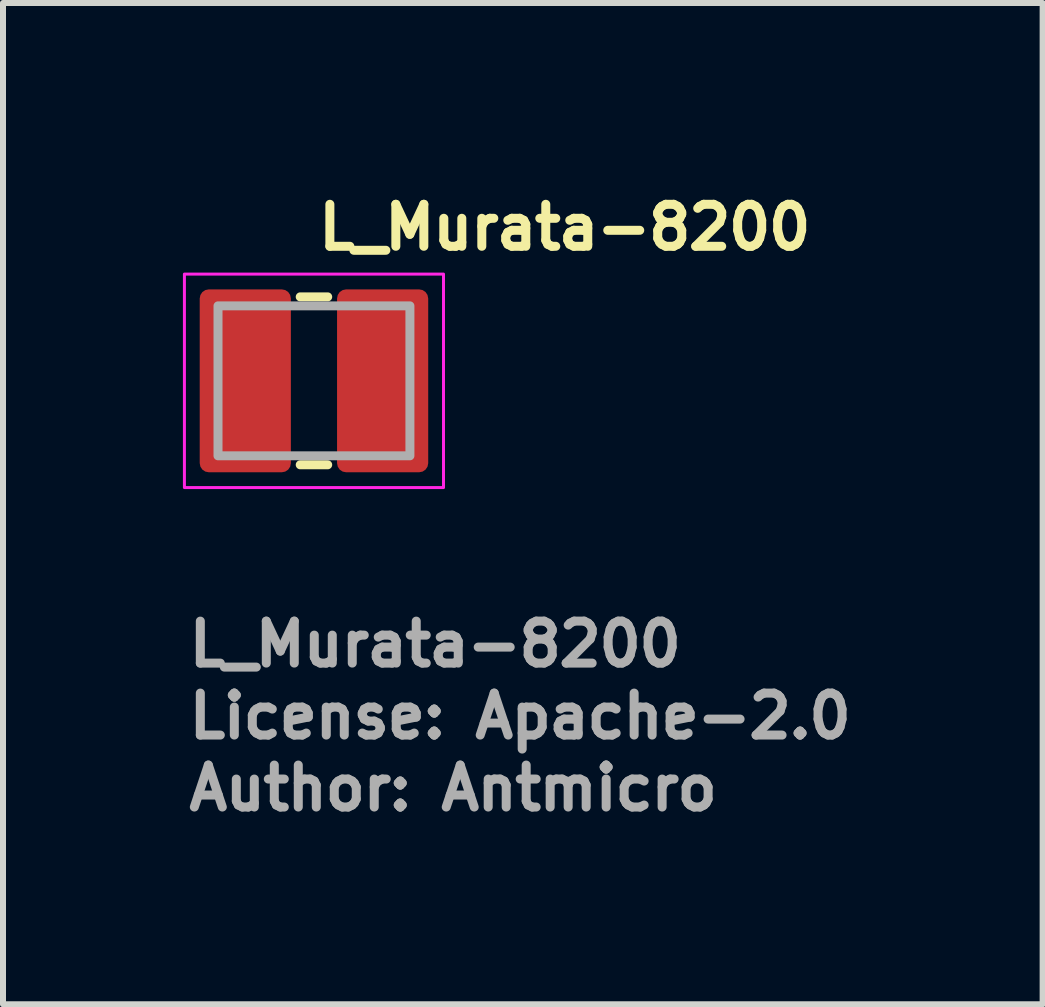
<source format=kicad_pcb>
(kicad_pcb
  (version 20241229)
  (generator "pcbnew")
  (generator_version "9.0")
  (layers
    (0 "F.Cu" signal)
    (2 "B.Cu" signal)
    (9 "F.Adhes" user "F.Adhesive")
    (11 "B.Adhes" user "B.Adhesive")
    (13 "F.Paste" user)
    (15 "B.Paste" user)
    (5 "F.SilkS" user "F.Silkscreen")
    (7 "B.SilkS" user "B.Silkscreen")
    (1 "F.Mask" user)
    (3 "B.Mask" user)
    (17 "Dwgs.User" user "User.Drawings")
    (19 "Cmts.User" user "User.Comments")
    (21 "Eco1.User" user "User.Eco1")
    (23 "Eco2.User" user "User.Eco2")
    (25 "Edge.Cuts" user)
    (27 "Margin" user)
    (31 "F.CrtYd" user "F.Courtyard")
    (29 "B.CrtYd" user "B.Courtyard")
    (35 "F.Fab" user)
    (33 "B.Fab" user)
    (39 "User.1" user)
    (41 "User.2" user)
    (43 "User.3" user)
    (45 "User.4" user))
  (footprint "L_Murata-8200"
    (layer "F.Cu")
    (at 2.185 3.3)
    (property "Reference" "L_Murata-8200" (at 0 -2.15 0) (layer "F.SilkS") (effects (font (size 0.7 0.7) (thickness 0.15)) (justify left bottom)))
    (attr smd)
    (fp_line (start -0.229 -1.4) (end 0.229 -1.4) (stroke (width 0.15) (type solid)) (layer "F.SilkS"))
    (fp_line (start -0.229 1.4) (end 0.229 1.4) (stroke (width 0.15) (type solid)) (layer "F.SilkS"))
    (fp_rect (start -2.16 -1.78) (end 2.16 1.78) (stroke (width 0.05) (type solid)) (fill no) (layer "F.CrtYd"))
    (fp_rect (start -1.6 -1.25) (end 1.6 1.25) (stroke (width 0.15) (type solid)) (fill no) (layer "F.Fab"))
    (fp_rect (start -1.6 -1.25) (end 1.6 1.25) (stroke (width 0.1) (type solid)) (fill no) (layer "User.5"))
    (fp_line (start -1.6 -1.15) (end -1.6 -1) (stroke (width 0.02) (type solid)) (layer "User.9"))
    (fp_line (start -1.6 -1.014) (end -1.6 1) (stroke (width 0.02) (type solid)) (layer "User.9"))
    (fp_line (start -1.6 -1) (end -1.6 1) (stroke (width 0.02) (type solid)) (layer "User.9"))
    (fp_line (start -1.6 1) (end -1.6 1.15) (stroke (width 0.02) (type solid)) (layer "User.9"))
    (fp_line (start -1.6 1.15) (end -1.599 1.154) (stroke (width 0.02) (type solid)) (layer "User.9"))
    (fp_line (start -1.599 -1.159) (end -1.599 -1.154) (stroke (width 0.02) (type solid)) (layer "User.9"))
    (fp_line (start -1.599 -1.154) (end -1.6 -1.15) (stroke (width 0.02) (type solid)) (layer "User.9"))
    (fp_line (start -1.599 1.154) (end -1.599 1.159) (stroke (width 0.02) (type solid)) (layer "User.9"))
    (fp_line (start -1.599 1.159) (end -1.598 1.164) (stroke (width 0.02) (type solid)) (layer "User.9"))
    (fp_line (start -1.598 -1.169) (end -1.598 -1.164) (stroke (width 0.02) (type solid)) (layer "User.9"))
    (fp_line (start -1.598 -1.164) (end -1.599 -1.159) (stroke (width 0.02) (type solid)) (layer "User.9"))
    (fp_line (start -1.598 1.164) (end -1.598 1.169) (stroke (width 0.02) (type solid)) (layer "User.9"))
    (fp_line (start -1.598 1.169) (end -1.596 1.174) (stroke (width 0.02) (type solid)) (layer "User.9"))
    (fp_line (start -1.596 -1.174) (end -1.598 -1.169) (stroke (width 0.02) (type solid)) (layer "User.9"))
    (fp_line (start -1.596 1.174) (end -1.595 1.179) (stroke (width 0.02) (type solid)) (layer "User.9"))
    (fp_line (start -1.595 -1.179) (end -1.596 -1.174) (stroke (width 0.02) (type solid)) (layer "User.9"))
    (fp_line (start -1.595 1.179) (end -1.594 1.183) (stroke (width 0.02) (type solid)) (layer "User.9"))
    (fp_line (start -1.594 -1.183) (end -1.595 -1.179) (stroke (width 0.02) (type solid)) (layer "User.9"))
    (fp_line (start -1.594 1.183) (end -1.592 1.188) (stroke (width 0.02) (type solid)) (layer "User.9"))
    (fp_line (start -1.592 -1.188) (end -1.594 -1.183) (stroke (width 0.02) (type solid)) (layer "User.9"))
    (fp_line (start -1.592 1.188) (end -1.59 1.192) (stroke (width 0.02) (type solid)) (layer "User.9"))
    (fp_line (start -1.59 -1.192) (end -1.592 -1.188) (stroke (width 0.02) (type solid)) (layer "User.9"))
    (fp_line (start -1.59 1.192) (end -1.588 1.197) (stroke (width 0.02) (type solid)) (layer "User.9"))
    (fp_line (start -1.588 -1.197) (end -1.59 -1.192) (stroke (width 0.02) (type solid)) (layer "User.9"))
    (fp_line (start -1.588 1.197) (end -1.585 1.201) (stroke (width 0.02) (type solid)) (layer "User.9"))
    (fp_line (start -1.585 -1.201) (end -1.588 -1.197) (stroke (width 0.02) (type solid)) (layer "User.9"))
    (fp_line (start -1.585 1.201) (end -1.583 1.205) (stroke (width 0.02) (type solid)) (layer "User.9"))
    (fp_line (start -1.583 -1.205) (end -1.585 -1.201) (stroke (width 0.02) (type solid)) (layer "User.9"))
    (fp_line (start -1.583 1.205) (end -1.58 1.209) (stroke (width 0.02) (type solid)) (layer "User.9"))
    (fp_line (start -1.58 -1.209) (end -1.583 -1.205) (stroke (width 0.02) (type solid)) (layer "User.9"))
    (fp_line (start -1.58 1.209) (end -1.577 1.213) (stroke (width 0.02) (type solid)) (layer "User.9"))
    (fp_line (start -1.577 -1.213) (end -1.58 -1.209) (stroke (width 0.02) (type solid)) (layer "User.9"))
    (fp_line (start -1.577 1.213) (end -1.574 1.217) (stroke (width 0.02) (type solid)) (layer "User.9"))
    (fp_line (start -1.574 -1.217) (end -1.577 -1.213) (stroke (width 0.02) (type solid)) (layer "User.9"))
    (fp_line (start -1.574 1.217) (end -1.57 1.22) (stroke (width 0.02) (type solid)) (layer "User.9"))
    (fp_line (start -1.57 -1.22) (end -1.574 -1.217) (stroke (width 0.02) (type solid)) (layer "User.9"))
    (fp_line (start -1.57 -1.22) (end -1.57 -1.22) (stroke (width 0.02) (type solid)) (layer "User.9"))
    (fp_line (start -1.57 1.22) (end -1.57 1.22) (stroke (width 0.02) (type solid)) (layer "User.9"))
    (fp_line (start -1.57 1.22) (end -1.567 1.224) (stroke (width 0.02) (type solid)) (layer "User.9"))
    (fp_line (start -1.567 -1.224) (end -1.57 -1.22) (stroke (width 0.02) (type solid)) (layer "User.9"))
    (fp_line (start -1.567 1.224) (end -1.563 1.227) (stroke (width 0.02) (type solid)) (layer "User.9"))
    (fp_line (start -1.563 -1.227) (end -1.567 -1.224) (stroke (width 0.02) (type solid)) (layer "User.9"))
    (fp_line (start -1.563 1.227) (end -1.559 1.23) (stroke (width 0.02) (type solid)) (layer "User.9"))
    (fp_line (start -1.559 -1.23) (end -1.563 -1.227) (stroke (width 0.02) (type solid)) (layer "User.9"))
    (fp_line (start -1.559 1.23) (end -1.555 1.233) (stroke (width 0.02) (type solid)) (layer "User.9"))
    (fp_line (start -1.555 -1.233) (end -1.559 -1.23) (stroke (width 0.02) (type solid)) (layer "User.9"))
    (fp_line (start -1.555 1.233) (end -1.551 1.235) (stroke (width 0.02) (type solid)) (layer "User.9"))
    (fp_line (start -1.551 -1.235) (end -1.555 -1.233) (stroke (width 0.02) (type solid)) (layer "User.9"))
    (fp_line (start -1.551 1.235) (end -1.547 1.238) (stroke (width 0.02) (type solid)) (layer "User.9"))
    (fp_line (start -1.547 -1.238) (end -1.551 -1.235) (stroke (width 0.02) (type solid)) (layer "User.9"))
    (fp_line (start -1.547 1.238) (end -1.542 1.24) (stroke (width 0.02) (type solid)) (layer "User.9"))
    (fp_line (start -1.542 -1.24) (end -1.547 -1.238) (stroke (width 0.02) (type solid)) (layer "User.9"))
    (fp_line (start -1.542 1.24) (end -1.538 1.242) (stroke (width 0.02) (type solid)) (layer "User.9"))
    (fp_line (start -1.538 -1.242) (end -1.542 -1.24) (stroke (width 0.02) (type solid)) (layer "User.9"))
    (fp_line (start -1.538 1.242) (end -1.533 1.244) (stroke (width 0.02) (type solid)) (layer "User.9"))
    (fp_line (start -1.533 -1.244) (end -1.538 -1.242) (stroke (width 0.02) (type solid)) (layer "User.9"))
    (fp_line (start -1.533 1.244) (end -1.529 1.245) (stroke (width 0.02) (type solid)) (layer "User.9"))
    (fp_line (start -1.529 -1.245) (end -1.533 -1.244) (stroke (width 0.02) (type solid)) (layer "User.9"))
    (fp_line (start -1.529 1.245) (end -1.524 1.246) (stroke (width 0.02) (type solid)) (layer "User.9"))
    (fp_line (start -1.524 -1.246) (end -1.529 -1.245) (stroke (width 0.02) (type solid)) (layer "User.9"))
    (fp_line (start -1.524 1.246) (end -1.519 1.248) (stroke (width 0.02) (type solid)) (layer "User.9"))
    (fp_line (start -1.519 -1.248) (end -1.524 -1.246) (stroke (width 0.02) (type solid)) (layer "User.9"))
    (fp_line (start -1.519 1.248) (end -1.514 1.248) (stroke (width 0.02) (type solid)) (layer "User.9"))
    (fp_line (start -1.514 -1.248) (end -1.519 -1.248) (stroke (width 0.02) (type solid)) (layer "User.9"))
    (fp_line (start -1.514 1.248) (end -1.509 1.249) (stroke (width 0.02) (type solid)) (layer "User.9"))
    (fp_line (start -1.509 -1.249) (end -1.514 -1.248) (stroke (width 0.02) (type solid)) (layer "User.9"))
    (fp_line (start -1.509 1.249) (end -1.504 1.249) (stroke (width 0.02) (type solid)) (layer "User.9"))
    (fp_line (start -1.504 -1.249) (end -1.509 -1.249) (stroke (width 0.02) (type solid)) (layer "User.9"))
    (fp_line (start -1.504 1.249) (end -1.5 1.25) (stroke (width 0.02) (type solid)) (layer "User.9"))
    (fp_line (start -1.5 -1.25) (end -1.504 -1.249) (stroke (width 0.02) (type solid)) (layer "User.9"))
    (fp_line (start -1.5 -1.25) (end -1.1 -1.25) (stroke (width 0.02) (type solid)) (layer "User.9"))
    (fp_line (start -1.5 1.25) (end -1.1 1.25) (stroke (width 0.02) (type solid)) (layer "User.9"))
    (fp_line (start -1.25 -1.15) (end -1.25 1.15) (stroke (width 0.02) (type solid)) (layer "User.9"))
    (fp_line (start -1.25 1.15) (end -1.25 -1.15) (stroke (width 0.02) (type solid)) (layer "User.9"))
    (fp_line (start -1.25 1.15) (end -1.249 1.154) (stroke (width 0.02) (type solid)) (layer "User.9"))
    (fp_line (start -1.249 -1.159) (end -1.249 -1.154) (stroke (width 0.02) (type solid)) (layer "User.9"))
    (fp_line (start -1.249 -1.154) (end -1.25 -1.15) (stroke (width 0.02) (type solid)) (layer "User.9"))
    (fp_line (start -1.249 1.154) (end -1.249 1.159) (stroke (width 0.02) (type solid)) (layer "User.9"))
    (fp_line (start -1.249 1.159) (end -1.248 1.164) (stroke (width 0.02) (type solid)) (layer "User.9"))
    (fp_line (start -1.248 -1.169) (end -1.248 -1.164) (stroke (width 0.02) (type solid)) (layer "User.9"))
    (fp_line (start -1.248 -1.164) (end -1.249 -1.159) (stroke (width 0.02) (type solid)) (layer "User.9"))
    (fp_line (start -1.248 1.164) (end -1.248 1.169) (stroke (width 0.02) (type solid)) (layer "User.9"))
    (fp_line (start -1.248 1.169) (end -1.246 1.174) (stroke (width 0.02) (type solid)) (layer "User.9"))
    (fp_line (start -1.246 -1.174) (end -1.248 -1.169) (stroke (width 0.02) (type solid)) (layer "User.9"))
    (fp_line (start -1.246 1.174) (end -1.245 1.179) (stroke (width 0.02) (type solid)) (layer "User.9"))
    (fp_line (start -1.245 -1.179) (end -1.246 -1.174) (stroke (width 0.02) (type solid)) (layer "User.9"))
    (fp_line (start -1.245 1.179) (end -1.244 1.183) (stroke (width 0.02) (type solid)) (layer "User.9"))
    (fp_line (start -1.244 -1.183) (end -1.245 -1.179) (stroke (width 0.02) (type solid)) (layer "User.9"))
    (fp_line (start -1.244 1.183) (end -1.242 1.188) (stroke (width 0.02) (type solid)) (layer "User.9"))
    (fp_line (start -1.242 -1.188) (end -1.244 -1.183) (stroke (width 0.02) (type solid)) (layer "User.9"))
    (fp_line (start -1.242 1.188) (end -1.24 1.192) (stroke (width 0.02) (type solid)) (layer "User.9"))
    (fp_line (start -1.24 -1.192) (end -1.242 -1.188) (stroke (width 0.02) (type solid)) (layer "User.9"))
    (fp_line (start -1.24 1.192) (end -1.238 1.197) (stroke (width 0.02) (type solid)) (layer "User.9"))
    (fp_line (start -1.238 -1.197) (end -1.24 -1.192) (stroke (width 0.02) (type solid)) (layer "User.9"))
    (fp_line (start -1.238 1.197) (end -1.235 1.201) (stroke (width 0.02) (type solid)) (layer "User.9"))
    (fp_line (start -1.235 -1.201) (end -1.238 -1.197) (stroke (width 0.02) (type solid)) (layer "User.9"))
    (fp_line (start -1.235 1.201) (end -1.233 1.205) (stroke (width 0.02) (type solid)) (layer "User.9"))
    (fp_line (start -1.233 -1.205) (end -1.235 -1.201) (stroke (width 0.02) (type solid)) (layer "User.9"))
    (fp_line (start -1.233 1.205) (end -1.23 1.209) (stroke (width 0.02) (type solid)) (layer "User.9"))
    (fp_line (start -1.23 -1.209) (end -1.233 -1.205) (stroke (width 0.02) (type solid)) (layer "User.9"))
    (fp_line (start -1.23 1.209) (end -1.227 1.213) (stroke (width 0.02) (type solid)) (layer "User.9"))
    (fp_line (start -1.227 -1.213) (end -1.23 -1.209) (stroke (width 0.02) (type solid)) (layer "User.9"))
    (fp_line (start -1.227 1.213) (end -1.224 1.217) (stroke (width 0.02) (type solid)) (layer "User.9"))
    (fp_line (start -1.224 -1.217) (end -1.227 -1.213) (stroke (width 0.02) (type solid)) (layer "User.9"))
    (fp_line (start -1.224 1.217) (end -1.22 1.22) (stroke (width 0.02) (type solid)) (layer "User.9"))
    (fp_line (start -1.22 -1.22) (end -1.224 -1.217) (stroke (width 0.02) (type solid)) (layer "User.9"))
    (fp_line (start -1.22 -1.22) (end -1.22 -1.22) (stroke (width 0.02) (type solid)) (layer "User.9"))
    (fp_line (start -1.22 1.22) (end -1.22 1.22) (stroke (width 0.02) (type solid)) (layer "User.9"))
    (fp_line (start -1.22 1.22) (end -1.217 1.224) (stroke (width 0.02) (type solid)) (layer "User.9"))
    (fp_line (start -1.217 -1.224) (end -1.22 -1.22) (stroke (width 0.02) (type solid)) (layer "User.9"))
    (fp_line (start -1.217 1.224) (end -1.213 1.227) (stroke (width 0.02) (type solid)) (layer "User.9"))
    (fp_line (start -1.213 -1.227) (end -1.217 -1.224) (stroke (width 0.02) (type solid)) (layer "User.9"))
    (fp_line (start -1.213 1.227) (end -1.209 1.23) (stroke (width 0.02) (type solid)) (layer "User.9"))
    (fp_line (start -1.209 -1.23) (end -1.213 -1.227) (stroke (width 0.02) (type solid)) (layer "User.9"))
    (fp_line (start -1.209 1.23) (end -1.205 1.233) (stroke (width 0.02) (type solid)) (layer "User.9"))
    (fp_line (start -1.205 -1.233) (end -1.209 -1.23) (stroke (width 0.02) (type solid)) (layer "User.9"))
    (fp_line (start -1.205 1.233) (end -1.201 1.235) (stroke (width 0.02) (type solid)) (layer "User.9"))
    (fp_line (start -1.201 -1.235) (end -1.205 -1.233) (stroke (width 0.02) (type solid)) (layer "User.9"))
    (fp_line (start -1.201 1.235) (end -1.197 1.238) (stroke (width 0.02) (type solid)) (layer "User.9"))
    (fp_line (start -1.197 -1.238) (end -1.201 -1.235) (stroke (width 0.02) (type solid)) (layer "User.9"))
    (fp_line (start -1.197 1.238) (end -1.192 1.24) (stroke (width 0.02) (type solid)) (layer "User.9"))
    (fp_line (start -1.192 -1.24) (end -1.197 -1.238) (stroke (width 0.02) (type solid)) (layer "User.9"))
    (fp_line (start -1.192 1.24) (end -1.188 1.242) (stroke (width 0.02) (type solid)) (layer "User.9"))
    (fp_line (start -1.188 -1.242) (end -1.192 -1.24) (stroke (width 0.02) (type solid)) (layer "User.9"))
    (fp_line (start -1.188 1.242) (end -1.183 1.244) (stroke (width 0.02) (type solid)) (layer "User.9"))
    (fp_line (start -1.183 -1.244) (end -1.188 -1.242) (stroke (width 0.02) (type solid)) (layer "User.9"))
    (fp_line (start -1.183 1.244) (end -1.179 1.245) (stroke (width 0.02) (type solid)) (layer "User.9"))
    (fp_line (start -1.179 -1.245) (end -1.183 -1.244) (stroke (width 0.02) (type solid)) (layer "User.9"))
    (fp_line (start -1.179 1.245) (end -1.174 1.246) (stroke (width 0.02) (type solid)) (layer "User.9"))
    (fp_line (start -1.174 -1.246) (end -1.179 -1.245) (stroke (width 0.02) (type solid)) (layer "User.9"))
    (fp_line (start -1.174 1.246) (end -1.169 1.248) (stroke (width 0.02) (type solid)) (layer "User.9"))
    (fp_line (start -1.169 -1.248) (end -1.174 -1.246) (stroke (width 0.02) (type solid)) (layer "User.9"))
    (fp_line (start -1.169 1.248) (end -1.164 1.248) (stroke (width 0.02) (type solid)) (layer "User.9"))
    (fp_line (start -1.164 -1.248) (end -1.169 -1.248) (stroke (width 0.02) (type solid)) (layer "User.9"))
    (fp_line (start -1.164 1.248) (end -1.159 1.249) (stroke (width 0.02) (type solid)) (layer "User.9"))
    (fp_line (start -1.159 -1.249) (end -1.164 -1.248) (stroke (width 0.02) (type solid)) (layer "User.9"))
    (fp_line (start -1.159 1.249) (end -1.154 1.249) (stroke (width 0.02) (type solid)) (layer "User.9"))
    (fp_line (start -1.154 -1.249) (end -1.159 -1.249) (stroke (width 0.02) (type solid)) (layer "User.9"))
    (fp_line (start -1.154 1.249) (end -1.15 1.25) (stroke (width 0.02) (type solid)) (layer "User.9"))
    (fp_line (start -1.15 -1.25) (end -1.154 -1.249) (stroke (width 0.02) (type solid)) (layer "User.9"))
    (fp_line (start -1.15 -1.25) (end 1.15 -1.25) (stroke (width 0.02) (type solid)) (layer "User.9"))
    (fp_line (start -1.15 1.25) (end 1.15 1.25) (stroke (width 0.02) (type solid)) (layer "User.9"))
    (fp_line (start -1.1 -1.25) (end -1.5 -1.25) (stroke (width 0.02) (type solid)) (layer "User.9"))
    (fp_line (start -1.1 1.25) (end -1.5 1.25) (stroke (width 0.02) (type solid)) (layer "User.9"))
    (fp_line (start -0.5 1.25) (end 0.5 1.25) (stroke (width 0.02) (type solid)) (layer "User.9"))
    (fp_line (start 0.5 -1.25) (end -0.5 -1.25) (stroke (width 0.02) (type solid)) (layer "User.9"))
    (fp_line (start 0.5 1.25) (end -0.5 1.25) (stroke (width 0.02) (type solid)) (layer "User.9"))
    (fp_line (start 1.1 -1.25) (end 1.5 -1.25) (stroke (width 0.02) (type solid)) (layer "User.9"))
    (fp_line (start 1.1 1.25) (end 1.5 1.25) (stroke (width 0.02) (type solid)) (layer "User.9"))
    (fp_line (start 1.15 -1.25) (end -1.15 -1.25) (stroke (width 0.02) (type solid)) (layer "User.9"))
    (fp_line (start 1.15 1.25) (end -1.15 1.25) (stroke (width 0.02) (type solid)) (layer "User.9"))
    (fp_line (start 1.15 1.25) (end 1.154 1.249) (stroke (width 0.02) (type solid)) (layer "User.9"))
    (fp_line (start 1.154 -1.249) (end 1.15 -1.25) (stroke (width 0.02) (type solid)) (layer "User.9"))
    (fp_line (start 1.154 1.249) (end 1.159 1.249) (stroke (width 0.02) (type solid)) (layer "User.9"))
    (fp_line (start 1.159 -1.249) (end 1.154 -1.249) (stroke (width 0.02) (type solid)) (layer "User.9"))
    (fp_line (start 1.159 1.249) (end 1.164 1.248) (stroke (width 0.02) (type solid)) (layer "User.9"))
    (fp_line (start 1.164 -1.248) (end 1.159 -1.249) (stroke (width 0.02) (type solid)) (layer "User.9"))
    (fp_line (start 1.164 1.248) (end 1.169 1.248) (stroke (width 0.02) (type solid)) (layer "User.9"))
    (fp_line (start 1.169 -1.248) (end 1.164 -1.248) (stroke (width 0.02) (type solid)) (layer "User.9"))
    (fp_line (start 1.169 1.248) (end 1.174 1.246) (stroke (width 0.02) (type solid)) (layer "User.9"))
    (fp_line (start 1.174 -1.246) (end 1.169 -1.248) (stroke (width 0.02) (type solid)) (layer "User.9"))
    (fp_line (start 1.174 1.246) (end 1.179 1.245) (stroke (width 0.02) (type solid)) (layer "User.9"))
    (fp_line (start 1.179 -1.245) (end 1.174 -1.246) (stroke (width 0.02) (type solid)) (layer "User.9"))
    (fp_line (start 1.179 1.245) (end 1.183 1.244) (stroke (width 0.02) (type solid)) (layer "User.9"))
    (fp_line (start 1.183 -1.244) (end 1.179 -1.245) (stroke (width 0.02) (type solid)) (layer "User.9"))
    (fp_line (start 1.183 1.244) (end 1.188 1.242) (stroke (width 0.02) (type solid)) (layer "User.9"))
    (fp_line (start 1.188 -1.242) (end 1.183 -1.244) (stroke (width 0.02) (type solid)) (layer "User.9"))
    (fp_line (start 1.188 1.242) (end 1.192 1.24) (stroke (width 0.02) (type solid)) (layer "User.9"))
    (fp_line (start 1.192 -1.24) (end 1.188 -1.242) (stroke (width 0.02) (type solid)) (layer "User.9"))
    (fp_line (start 1.192 1.24) (end 1.197 1.238) (stroke (width 0.02) (type solid)) (layer "User.9"))
    (fp_line (start 1.197 -1.238) (end 1.192 -1.24) (stroke (width 0.02) (type solid)) (layer "User.9"))
    (fp_line (start 1.197 1.238) (end 1.201 1.235) (stroke (width 0.02) (type solid)) (layer "User.9"))
    (fp_line (start 1.201 -1.235) (end 1.197 -1.238) (stroke (width 0.02) (type solid)) (layer "User.9"))
    (fp_line (start 1.201 1.235) (end 1.205 1.233) (stroke (width 0.02) (type solid)) (layer "User.9"))
    (fp_line (start 1.205 -1.233) (end 1.201 -1.235) (stroke (width 0.02) (type solid)) (layer "User.9"))
    (fp_line (start 1.205 1.233) (end 1.209 1.23) (stroke (width 0.02) (type solid)) (layer "User.9"))
    (fp_line (start 1.209 -1.23) (end 1.205 -1.233) (stroke (width 0.02) (type solid)) (layer "User.9"))
    (fp_line (start 1.209 1.23) (end 1.213 1.227) (stroke (width 0.02) (type solid)) (layer "User.9"))
    (fp_line (start 1.213 -1.227) (end 1.209 -1.23) (stroke (width 0.02) (type solid)) (layer "User.9"))
    (fp_line (start 1.213 1.227) (end 1.217 1.224) (stroke (width 0.02) (type solid)) (layer "User.9"))
    (fp_line (start 1.217 -1.224) (end 1.213 -1.227) (stroke (width 0.02) (type solid)) (layer "User.9"))
    (fp_line (start 1.217 1.224) (end 1.22 1.22) (stroke (width 0.02) (type solid)) (layer "User.9"))
    (fp_line (start 1.22 -1.22) (end 1.217 -1.224) (stroke (width 0.02) (type solid)) (layer "User.9"))
    (fp_line (start 1.22 -1.22) (end 1.22 -1.22) (stroke (width 0.02) (type solid)) (layer "User.9"))
    (fp_line (start 1.22 1.22) (end 1.22 1.22) (stroke (width 0.02) (type solid)) (layer "User.9"))
    (fp_line (start 1.22 1.22) (end 1.224 1.217) (stroke (width 0.02) (type solid)) (layer "User.9"))
    (fp_line (start 1.224 -1.217) (end 1.22 -1.22) (stroke (width 0.02) (type solid)) (layer "User.9"))
    (fp_line (start 1.224 1.217) (end 1.227 1.213) (stroke (width 0.02) (type solid)) (layer "User.9"))
    (fp_line (start 1.227 -1.213) (end 1.224 -1.217) (stroke (width 0.02) (type solid)) (layer "User.9"))
    (fp_line (start 1.227 1.213) (end 1.23 1.209) (stroke (width 0.02) (type solid)) (layer "User.9"))
    (fp_line (start 1.23 -1.209) (end 1.227 -1.213) (stroke (width 0.02) (type solid)) (layer "User.9"))
    (fp_line (start 1.23 1.209) (end 1.233 1.205) (stroke (width 0.02) (type solid)) (layer "User.9"))
    (fp_line (start 1.233 -1.205) (end 1.23 -1.209) (stroke (width 0.02) (type solid)) (layer "User.9"))
    (fp_line (start 1.233 1.205) (end 1.235 1.201) (stroke (width 0.02) (type solid)) (layer "User.9"))
    (fp_line (start 1.235 -1.201) (end 1.233 -1.205) (stroke (width 0.02) (type solid)) (layer "User.9"))
    (fp_line (start 1.235 1.201) (end 1.238 1.197) (stroke (width 0.02) (type solid)) (layer "User.9"))
    (fp_line (start 1.238 -1.197) (end 1.235 -1.201) (stroke (width 0.02) (type solid)) (layer "User.9"))
    (fp_line (start 1.238 1.197) (end 1.24 1.192) (stroke (width 0.02) (type solid)) (layer "User.9"))
    (fp_line (start 1.24 -1.192) (end 1.238 -1.197) (stroke (width 0.02) (type solid)) (layer "User.9"))
    (fp_line (start 1.24 1.192) (end 1.242 1.188) (stroke (width 0.02) (type solid)) (layer "User.9"))
    (fp_line (start 1.242 -1.188) (end 1.24 -1.192) (stroke (width 0.02) (type solid)) (layer "User.9"))
    (fp_line (start 1.242 1.188) (end 1.244 1.183) (stroke (width 0.02) (type solid)) (layer "User.9"))
    (fp_line (start 1.244 -1.183) (end 1.242 -1.188) (stroke (width 0.02) (type solid)) (layer "User.9"))
    (fp_line (start 1.244 1.183) (end 1.245 1.179) (stroke (width 0.02) (type solid)) (layer "User.9"))
    (fp_line (start 1.245 -1.179) (end 1.244 -1.183) (stroke (width 0.02) (type solid)) (layer "User.9"))
    (fp_line (start 1.245 1.179) (end 1.246 1.174) (stroke (width 0.02) (type solid)) (layer "User.9"))
    (fp_line (start 1.246 -1.174) (end 1.245 -1.179) (stroke (width 0.02) (type solid)) (layer "User.9"))
    (fp_line (start 1.246 1.174) (end 1.248 1.169) (stroke (width 0.02) (type solid)) (layer "User.9"))
    (fp_line (start 1.248 -1.169) (end 1.246 -1.174) (stroke (width 0.02) (type solid)) (layer "User.9"))
    (fp_line (start 1.248 -1.164) (end 1.248 -1.169) (stroke (width 0.02) (type solid)) (layer "User.9"))
    (fp_line (start 1.248 1.164) (end 1.249 1.159) (stroke (width 0.02) (type solid)) (layer "User.9"))
    (fp_line (start 1.248 1.169) (end 1.248 1.164) (stroke (width 0.02) (type solid)) (layer "User.9"))
    (fp_line (start 1.249 -1.159) (end 1.248 -1.164) (stroke (width 0.02) (type solid)) (layer "User.9"))
    (fp_line (start 1.249 -1.154) (end 1.249 -1.159) (stroke (width 0.02) (type solid)) (layer "User.9"))
    (fp_line (start 1.249 1.154) (end 1.25 1.15) (stroke (width 0.02) (type solid)) (layer "User.9"))
    (fp_line (start 1.249 1.159) (end 1.249 1.154) (stroke (width 0.02) (type solid)) (layer "User.9"))
    (fp_line (start 1.25 -1.15) (end 1.249 -1.154) (stroke (width 0.02) (type solid)) (layer "User.9"))
    (fp_line (start 1.25 -1.15) (end 1.25 1.15) (stroke (width 0.02) (type solid)) (layer "User.9"))
    (fp_line (start 1.25 1.15) (end 1.25 -1.15) (stroke (width 0.02) (type solid)) (layer "User.9"))
    (fp_line (start 1.5 -1.25) (end 1.1 -1.25) (stroke (width 0.02) (type solid)) (layer "User.9"))
    (fp_line (start 1.5 1.25) (end 1.1 1.25) (stroke (width 0.02) (type solid)) (layer "User.9"))
    (fp_line (start 1.5 1.25) (end 1.504 1.249) (stroke (width 0.02) (type solid)) (layer "User.9"))
    (fp_line (start 1.504 -1.249) (end 1.5 -1.25) (stroke (width 0.02) (type solid)) (layer "User.9"))
    (fp_line (start 1.504 1.249) (end 1.509 1.249) (stroke (width 0.02) (type solid)) (layer "User.9"))
    (fp_line (start 1.509 -1.249) (end 1.504 -1.249) (stroke (width 0.02) (type solid)) (layer "User.9"))
    (fp_line (start 1.509 1.249) (end 1.514 1.248) (stroke (width 0.02) (type solid)) (layer "User.9"))
    (fp_line (start 1.514 -1.248) (end 1.509 -1.249) (stroke (width 0.02) (type solid)) (layer "User.9"))
    (fp_line (start 1.514 1.248) (end 1.519 1.248) (stroke (width 0.02) (type solid)) (layer "User.9"))
    (fp_line (start 1.519 -1.248) (end 1.514 -1.248) (stroke (width 0.02) (type solid)) (layer "User.9"))
    (fp_line (start 1.519 1.248) (end 1.524 1.246) (stroke (width 0.02) (type solid)) (layer "User.9"))
    (fp_line (start 1.524 -1.246) (end 1.519 -1.248) (stroke (width 0.02) (type solid)) (layer "User.9"))
    (fp_line (start 1.524 1.246) (end 1.529 1.245) (stroke (width 0.02) (type solid)) (layer "User.9"))
    (fp_line (start 1.529 -1.245) (end 1.524 -1.246) (stroke (width 0.02) (type solid)) (layer "User.9"))
    (fp_line (start 1.529 1.245) (end 1.533 1.244) (stroke (width 0.02) (type solid)) (layer "User.9"))
    (fp_line (start 1.533 -1.244) (end 1.529 -1.245) (stroke (width 0.02) (type solid)) (layer "User.9"))
    (fp_line (start 1.533 1.244) (end 1.538 1.242) (stroke (width 0.02) (type solid)) (layer "User.9"))
    (fp_line (start 1.538 -1.242) (end 1.533 -1.244) (stroke (width 0.02) (type solid)) (layer "User.9"))
    (fp_line (start 1.538 1.242) (end 1.542 1.24) (stroke (width 0.02) (type solid)) (layer "User.9"))
    (fp_line (start 1.542 -1.24) (end 1.538 -1.242) (stroke (width 0.02) (type solid)) (layer "User.9"))
    (fp_line (start 1.542 1.24) (end 1.547 1.238) (stroke (width 0.02) (type solid)) (layer "User.9"))
    (fp_line (start 1.547 -1.238) (end 1.542 -1.24) (stroke (width 0.02) (type solid)) (layer "User.9"))
    (fp_line (start 1.547 1.238) (end 1.551 1.235) (stroke (width 0.02) (type solid)) (layer "User.9"))
    (fp_line (start 1.551 -1.235) (end 1.547 -1.238) (stroke (width 0.02) (type solid)) (layer "User.9"))
    (fp_line (start 1.551 1.235) (end 1.555 1.233) (stroke (width 0.02) (type solid)) (layer "User.9"))
    (fp_line (start 1.555 -1.233) (end 1.551 -1.235) (stroke (width 0.02) (type solid)) (layer "User.9"))
    (fp_line (start 1.555 1.233) (end 1.559 1.23) (stroke (width 0.02) (type solid)) (layer "User.9"))
    (fp_line (start 1.559 -1.23) (end 1.555 -1.233) (stroke (width 0.02) (type solid)) (layer "User.9"))
    (fp_line (start 1.559 1.23) (end 1.563 1.227) (stroke (width 0.02) (type solid)) (layer "User.9"))
    (fp_line (start 1.563 -1.227) (end 1.559 -1.23) (stroke (width 0.02) (type solid)) (layer "User.9"))
    (fp_line (start 1.563 1.227) (end 1.567 1.224) (stroke (width 0.02) (type solid)) (layer "User.9"))
    (fp_line (start 1.567 -1.224) (end 1.563 -1.227) (stroke (width 0.02) (type solid)) (layer "User.9"))
    (fp_line (start 1.567 1.224) (end 1.57 1.22) (stroke (width 0.02) (type solid)) (layer "User.9"))
    (fp_line (start 1.57 -1.22) (end 1.567 -1.224) (stroke (width 0.02) (type solid)) (layer "User.9"))
    (fp_line (start 1.57 -1.22) (end 1.57 -1.22) (stroke (width 0.02) (type solid)) (layer "User.9"))
    (fp_line (start 1.57 1.22) (end 1.57 1.22) (stroke (width 0.02) (type solid)) (layer "User.9"))
    (fp_line (start 1.57 1.22) (end 1.574 1.217) (stroke (width 0.02) (type solid)) (layer "User.9"))
    (fp_line (start 1.574 -1.217) (end 1.57 -1.22) (stroke (width 0.02) (type solid)) (layer "User.9"))
    (fp_line (start 1.574 1.217) (end 1.577 1.213) (stroke (width 0.02) (type solid)) (layer "User.9"))
    (fp_line (start 1.577 -1.213) (end 1.574 -1.217) (stroke (width 0.02) (type solid)) (layer "User.9"))
    (fp_line (start 1.577 1.213) (end 1.58 1.209) (stroke (width 0.02) (type solid)) (layer "User.9"))
    (fp_line (start 1.58 -1.209) (end 1.577 -1.213) (stroke (width 0.02) (type solid)) (layer "User.9"))
    (fp_line (start 1.58 1.209) (end 1.583 1.205) (stroke (width 0.02) (type solid)) (layer "User.9"))
    (fp_line (start 1.583 -1.205) (end 1.58 -1.209) (stroke (width 0.02) (type solid)) (layer "User.9"))
    (fp_line (start 1.583 1.205) (end 1.585 1.201) (stroke (width 0.02) (type solid)) (layer "User.9"))
    (fp_line (start 1.585 -1.201) (end 1.583 -1.205) (stroke (width 0.02) (type solid)) (layer "User.9"))
    (fp_line (start 1.585 1.201) (end 1.588 1.197) (stroke (width 0.02) (type solid)) (layer "User.9"))
    (fp_line (start 1.588 -1.197) (end 1.585 -1.201) (stroke (width 0.02) (type solid)) (layer "User.9"))
    (fp_line (start 1.588 1.197) (end 1.59 1.192) (stroke (width 0.02) (type solid)) (layer "User.9"))
    (fp_line (start 1.59 -1.192) (end 1.588 -1.197) (stroke (width 0.02) (type solid)) (layer "User.9"))
    (fp_line (start 1.59 1.192) (end 1.592 1.188) (stroke (width 0.02) (type solid)) (layer "User.9"))
    (fp_line (start 1.592 -1.188) (end 1.59 -1.192) (stroke (width 0.02) (type solid)) (layer "User.9"))
    (fp_line (start 1.592 1.188) (end 1.594 1.183) (stroke (width 0.02) (type solid)) (layer "User.9"))
    (fp_line (start 1.594 -1.183) (end 1.592 -1.188) (stroke (width 0.02) (type solid)) (layer "User.9"))
    (fp_line (start 1.594 1.183) (end 1.595 1.179) (stroke (width 0.02) (type solid)) (layer "User.9"))
    (fp_line (start 1.595 -1.179) (end 1.594 -1.183) (stroke (width 0.02) (type solid)) (layer "User.9"))
    (fp_line (start 1.595 1.179) (end 1.596 1.174) (stroke (width 0.02) (type solid)) (layer "User.9"))
    (fp_line (start 1.596 -1.174) (end 1.595 -1.179) (stroke (width 0.02) (type solid)) (layer "User.9"))
    (fp_line (start 1.596 1.174) (end 1.598 1.169) (stroke (width 0.02) (type solid)) (layer "User.9"))
    (fp_line (start 1.598 -1.169) (end 1.596 -1.174) (stroke (width 0.02) (type solid)) (layer "User.9"))
    (fp_line (start 1.598 -1.164) (end 1.598 -1.169) (stroke (width 0.02) (type solid)) (layer "User.9"))
    (fp_line (start 1.598 1.164) (end 1.599 1.159) (stroke (width 0.02) (type solid)) (layer "User.9"))
    (fp_line (start 1.598 1.169) (end 1.598 1.164) (stroke (width 0.02) (type solid)) (layer "User.9"))
    (fp_line (start 1.599 -1.159) (end 1.598 -1.164) (stroke (width 0.02) (type solid)) (layer "User.9"))
    (fp_line (start 1.599 -1.154) (end 1.599 -1.159) (stroke (width 0.02) (type solid)) (layer "User.9"))
    (fp_line (start 1.599 1.154) (end 1.6 1.15) (stroke (width 0.02) (type solid)) (layer "User.9"))
    (fp_line (start 1.599 1.159) (end 1.599 1.154) (stroke (width 0.02) (type solid)) (layer "User.9"))
    (fp_line (start 1.6 -1.15) (end 1.599 -1.154) (stroke (width 0.02) (type solid)) (layer "User.9"))
    (fp_line (start 1.6 -1.014) (end 1.6 1) (stroke (width 0.02) (type solid)) (layer "User.9"))
    (fp_line (start 1.6 -1) (end 1.6 -1.15) (stroke (width 0.02) (type solid)) (layer "User.9"))
    (fp_line (start 1.6 1) (end 1.6 -1) (stroke (width 0.02) (type solid)) (layer "User.9"))
    (fp_line (start 1.6 1.15) (end 1.6 1) (stroke (width 0.02) (type solid)) (layer "User.9"))
    (fp_text user "Author: Antmicro" (at -2.16 7.2 0) (layer "F.Fab") (effects (font (size 0.7 0.7) (thickness 0.15)) (justify left bottom)))
    (fp_text user "${REFERENCE}" (at -2.16 4.8 0) (layer "F.Fab") (effects (font (size 0.7 0.7) (thickness 0.15)) (justify left bottom)))
    (fp_text user "License: Apache-2.0" (at -2.16 6 0) (layer "F.Fab") (effects (font (size 0.7 0.7) (thickness 0.15)) (justify left bottom)))
    (pad "1" smd roundrect (at -1.145 0) (size 1.52 3.05) (layers "F.Cu" "F.Mask" "F.Paste") (roundrect_rratio 0.1))
    (pad "2" smd roundrect (at 1.145 0) (size 1.52 3.05) (layers "F.Cu" "F.Mask" "F.Paste") (roundrect_rratio 0.1)))
  (gr_rect
    (start -3 -3)
    (end 14.335 13.695)
    (stroke (width 0.1) (type default))
    (fill no)
    (layer "Edge.Cuts")))
</source>
